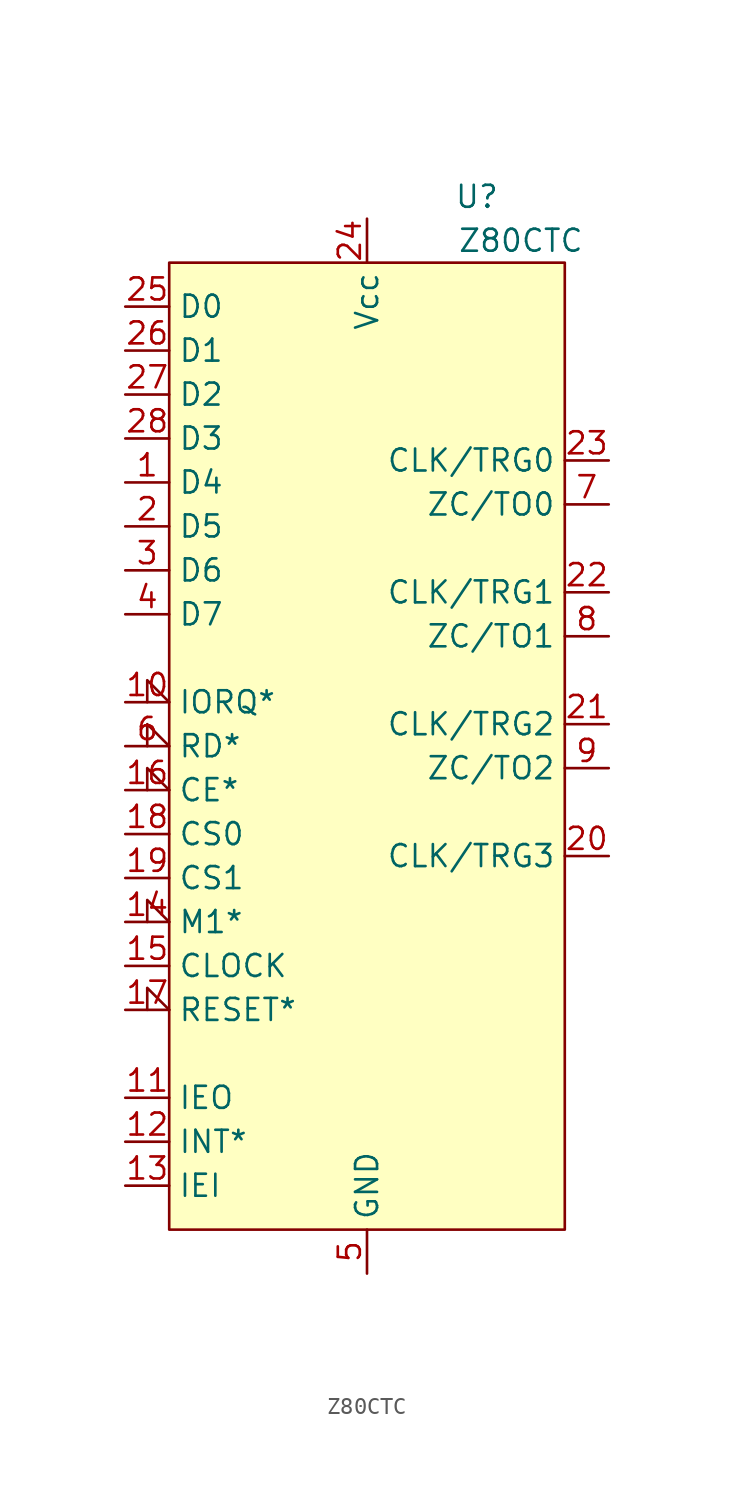
<source format=kicad_sym>
(kicad_symbol_lib
  (version 20211014)
  (generator kicad_symbol_editor)
  (symbol "Z80CTC"
    (property "Reference" "U"
      (at 6.35 29.21 0)
      (effects (font (size 1.27 1.27))))
    (property "Value" "Z80CTC"
      (at 8.89 26.67 0)
      (effects (font (size 1.27 1.27))))
    (symbol "Z80CTC_0_1"
      (rectangle (start -11.43 25.4) (end 11.43 -30.48) (stroke (width 0) (type default) (color 0 0 0 0)) (fill (type background))))
    (symbol "Z80CTC_1_1"
      (pin tri_state line (at -13.97 12.7 0) (length 2.54) (name "D4" (effects (font (size 1.27 1.27)))) (number "1" (effects (font (size 1.27 1.27)))))
      (pin input input_low (at -13.97 0 0) (length 2.54) (name "IORQ*" (effects (font (size 1.27 1.27)))) (number "10" (effects (font (size 1.27 1.27)))))
      (pin output line (at -13.97 -22.86 0) (length 2.54) (name "IEO" (effects (font (size 1.27 1.27)))) (number "11" (effects (font (size 1.27 1.27)))))
      (pin output line (at -13.97 -25.4 0) (length 2.54) (name "INT*" (effects (font (size 1.27 1.27)))) (number "12" (effects (font (size 1.27 1.27)))))
      (pin input line (at -13.97 -27.94 0) (length 2.54) (name "IEI" (effects (font (size 1.27 1.27)))) (number "13" (effects (font (size 1.27 1.27)))))
      (pin input input_low (at -13.97 -12.7 0) (length 2.54) (name "M1*" (effects (font (size 1.27 1.27)))) (number "14" (effects (font (size 1.27 1.27)))))
      (pin input line (at -13.97 -15.24 0) (length 2.54) (name "CLOCK" (effects (font (size 1.27 1.27)))) (number "15" (effects (font (size 1.27 1.27)))))
      (pin input input_low (at -13.97 -5.08 0) (length 2.54) (name "CE*" (effects (font (size 1.27 1.27)))) (number "16" (effects (font (size 1.27 1.27)))))
      (pin input input_low (at -13.97 -17.78 0) (length 2.54) (name "RESET*" (effects (font (size 1.27 1.27)))) (number "17" (effects (font (size 1.27 1.27)))))
      (pin input line (at -13.97 -7.62 0) (length 2.54) (name "CS0" (effects (font (size 1.27 1.27)))) (number "18" (effects (font (size 1.27 1.27)))))
      (pin input line (at -13.97 -10.16 0) (length 2.54) (name "CS1" (effects (font (size 1.27 1.27)))) (number "19" (effects (font (size 1.27 1.27)))))
      (pin tri_state line (at -13.97 10.16 0) (length 2.54) (name "D5" (effects (font (size 1.27 1.27)))) (number "2" (effects (font (size 1.27 1.27)))))
      (pin input line (at 13.97 -8.89 180) (length 2.54) (name "CLK/TRG3" (effects (font (size 1.27 1.27)))) (number "20" (effects (font (size 1.27 1.27)))))
      (pin input line (at 13.97 -1.27 180) (length 2.54) (name "CLK/TRG2" (effects (font (size 1.27 1.27)))) (number "21" (effects (font (size 1.27 1.27)))))
      (pin input line (at 13.97 6.35 180) (length 2.54) (name "CLK/TRG1" (effects (font (size 1.27 1.27)))) (number "22" (effects (font (size 1.27 1.27)))))
      (pin input line (at 13.97 13.97 180) (length 2.54) (name "CLK/TRG0" (effects (font (size 1.27 1.27)))) (number "23" (effects (font (size 1.27 1.27)))))
      (pin power_in line (at 0 27.94 270) (length 2.54) (name "Vcc" (effects (font (size 1.27 1.27)))) (number "24" (effects (font (size 1.27 1.27)))))
      (pin tri_state line (at -13.97 22.86 0) (length 2.54) (name "D0" (effects (font (size 1.27 1.27)))) (number "25" (effects (font (size 1.27 1.27)))))
      (pin tri_state line (at -13.97 20.32 0) (length 2.54) (name "D1" (effects (font (size 1.27 1.27)))) (number "26" (effects (font (size 1.27 1.27)))))
      (pin tri_state line (at -13.97 17.78 0) (length 2.54) (name "D2" (effects (font (size 1.27 1.27)))) (number "27" (effects (font (size 1.27 1.27)))))
      (pin tri_state line (at -13.97 15.24 0) (length 2.54) (name "D3" (effects (font (size 1.27 1.27)))) (number "28" (effects (font (size 1.27 1.27)))))
      (pin tri_state line (at -13.97 7.62 0) (length 2.54) (name "D6" (effects (font (size 1.27 1.27)))) (number "3" (effects (font (size 1.27 1.27)))))
      (pin tri_state line (at -13.97 5.08 0) (length 2.54) (name "D7" (effects (font (size 1.27 1.27)))) (number "4" (effects (font (size 1.27 1.27)))))
      (pin power_in line (at 0 -33.02 90) (length 2.54) (name "GND" (effects (font (size 1.27 1.27)))) (number "5" (effects (font (size 1.27 1.27)))))
      (pin input input_low (at -13.97 -2.54 0) (length 2.54) (name "RD*" (effects (font (size 1.27 1.27)))) (number "6" (effects (font (size 1.27 1.27)))))
      (pin output line (at 13.97 11.43 180) (length 2.54) (name "ZC/TO0" (effects (font (size 1.27 1.27)))) (number "7" (effects (font (size 1.27 1.27)))))
      (pin output line (at 13.97 3.81 180) (length 2.54) (name "ZC/TO1" (effects (font (size 1.27 1.27)))) (number "8" (effects (font (size 1.27 1.27)))))
      (pin output line (at 13.97 -3.81 180) (length 2.54) (name "ZC/TO2" (effects (font (size 1.27 1.27)))) (number "9" (effects (font (size 1.27 1.27))))))))
</source>
